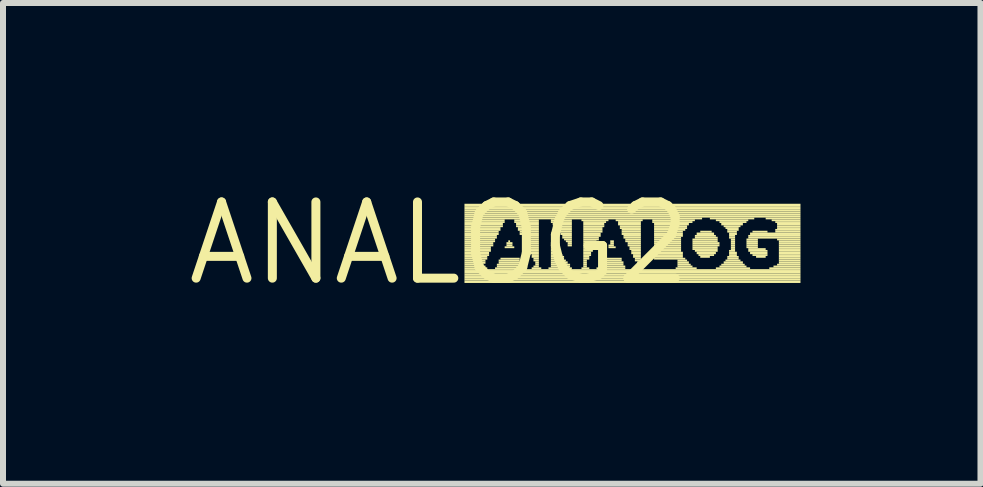
<source format=kicad_pcb>
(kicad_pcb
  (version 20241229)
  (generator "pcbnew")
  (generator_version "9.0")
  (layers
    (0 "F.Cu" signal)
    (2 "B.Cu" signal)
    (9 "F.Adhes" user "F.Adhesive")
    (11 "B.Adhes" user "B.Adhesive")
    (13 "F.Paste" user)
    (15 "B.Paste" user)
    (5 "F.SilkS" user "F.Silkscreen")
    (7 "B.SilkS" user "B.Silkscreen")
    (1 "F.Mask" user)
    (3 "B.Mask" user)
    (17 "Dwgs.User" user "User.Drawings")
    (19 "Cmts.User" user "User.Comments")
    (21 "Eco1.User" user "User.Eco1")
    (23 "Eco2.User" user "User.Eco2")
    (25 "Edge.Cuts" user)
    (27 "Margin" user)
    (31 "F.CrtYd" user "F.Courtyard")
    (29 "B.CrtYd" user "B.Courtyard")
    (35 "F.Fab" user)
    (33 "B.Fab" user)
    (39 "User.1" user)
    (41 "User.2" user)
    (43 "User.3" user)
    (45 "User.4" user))
  (footprint "ANALOG2"
    (layer "F.Cu")
    (at 4.271 1.006)
    (property "Reference" "ANALOG2" (at 0 0 0) (layer "F.SilkS") (effects (font (size 1.27 1.27) (thickness 0.15))))
    (fp_poly (pts (xy 0.42 -0.62) (xy 6.02 -0.62) (xy 6.02 -0.66) (xy 0.42 -0.66)) (stroke (width 0) (type solid)) (fill yes) (layer "F.SilkS"))
    (fp_poly (pts (xy 0.42 -0.59) (xy 6.02 -0.59) (xy 6.02 -0.62) (xy 0.42 -0.62)) (stroke (width 0) (type solid)) (fill yes) (layer "F.SilkS"))
    (fp_poly (pts (xy 0.42 -0.56) (xy 6.02 -0.56) (xy 6.02 -0.59) (xy 0.42 -0.59)) (stroke (width 0) (type solid)) (fill yes) (layer "F.SilkS"))
    (fp_poly (pts (xy 0.42 -0.53) (xy 6.02 -0.53) (xy 6.02 -0.56) (xy 0.42 -0.56)) (stroke (width 0) (type solid)) (fill yes) (layer "F.SilkS"))
    (fp_poly (pts (xy 0.42 -0.5) (xy 6.02 -0.5) (xy 6.02 -0.53) (xy 0.42 -0.53)) (stroke (width 0) (type solid)) (fill yes) (layer "F.SilkS"))
    (fp_poly (pts (xy 0.42 -0.46) (xy 6.02 -0.46) (xy 6.02 -0.5) (xy 0.42 -0.5)) (stroke (width 0) (type solid)) (fill yes) (layer "F.SilkS"))
    (fp_poly (pts (xy 0.42 -0.43) (xy 6.02 -0.43) (xy 6.02 -0.46) (xy 0.42 -0.46)) (stroke (width 0) (type solid)) (fill yes) (layer "F.SilkS"))
    (fp_poly (pts (xy 0.42 -0.4) (xy 4.38 -0.4) (xy 4.38 -0.43) (xy 0.42 -0.43)) (stroke (width 0) (type solid)) (fill yes) (layer "F.SilkS"))
    (fp_poly (pts (xy 0.42 -0.37) (xy 1.09 -0.37) (xy 1.09 -0.4) (xy 0.42 -0.4)) (stroke (width 0) (type solid)) (fill yes) (layer "F.SilkS"))
    (fp_poly (pts (xy 0.42 -0.34) (xy 1.09 -0.34) (xy 1.09 -0.37) (xy 0.42 -0.37)) (stroke (width 0) (type solid)) (fill yes) (layer "F.SilkS"))
    (fp_poly (pts (xy 0.42 -0.3) (xy 1.06 -0.3) (xy 1.06 -0.34) (xy 0.42 -0.34)) (stroke (width 0) (type solid)) (fill yes) (layer "F.SilkS"))
    (fp_poly (pts (xy 0.42 -0.27) (xy 1.06 -0.27) (xy 1.06 -0.3) (xy 0.42 -0.3)) (stroke (width 0) (type solid)) (fill yes) (layer "F.SilkS"))
    (fp_poly (pts (xy 0.42 -0.24) (xy 1.02 -0.24) (xy 1.02 -0.27) (xy 0.42 -0.27)) (stroke (width 0) (type solid)) (fill yes) (layer "F.SilkS"))
    (fp_poly (pts (xy 0.42 -0.21) (xy 1.02 -0.21) (xy 1.02 -0.24) (xy 0.42 -0.24)) (stroke (width 0) (type solid)) (fill yes) (layer "F.SilkS"))
    (fp_poly (pts (xy 0.42 -0.18) (xy 0.99 -0.18) (xy 0.99 -0.21) (xy 0.42 -0.21)) (stroke (width 0) (type solid)) (fill yes) (layer "F.SilkS"))
    (fp_poly (pts (xy 0.42 -0.14) (xy 0.99 -0.14) (xy 0.99 -0.18) (xy 0.42 -0.18)) (stroke (width 0) (type solid)) (fill yes) (layer "F.SilkS"))
    (fp_poly (pts (xy 0.42 -0.11) (xy 0.96 -0.11) (xy 0.96 -0.14) (xy 0.42 -0.14)) (stroke (width 0) (type solid)) (fill yes) (layer "F.SilkS"))
    (fp_poly (pts (xy 0.42 -0.08) (xy 0.96 -0.08) (xy 0.96 -0.11) (xy 0.42 -0.11)) (stroke (width 0) (type solid)) (fill yes) (layer "F.SilkS"))
    (fp_poly (pts (xy 0.42 -0.05) (xy 0.93 -0.05) (xy 0.93 -0.08) (xy 0.42 -0.08)) (stroke (width 0) (type solid)) (fill yes) (layer "F.SilkS"))
    (fp_poly (pts (xy 0.42 -0.02) (xy 0.93 -0.02) (xy 0.93 -0.05) (xy 0.42 -0.05)) (stroke (width 0) (type solid)) (fill yes) (layer "F.SilkS"))
    (fp_poly (pts (xy 0.42 0.02) (xy 0.9 0.02) (xy 0.9 -0.02) (xy 0.42 -0.02)) (stroke (width 0) (type solid)) (fill yes) (layer "F.SilkS"))
    (fp_poly (pts (xy 0.42 0.05) (xy 0.9 0.05) (xy 0.9 0.02) (xy 0.42 0.02)) (stroke (width 0) (type solid)) (fill yes) (layer "F.SilkS"))
    (fp_poly (pts (xy 0.42 0.08) (xy 0.86 0.08) (xy 0.86 0.05) (xy 0.42 0.05)) (stroke (width 0) (type solid)) (fill yes) (layer "F.SilkS"))
    (fp_poly (pts (xy 0.42 0.11) (xy 0.86 0.11) (xy 0.86 0.08) (xy 0.42 0.08)) (stroke (width 0) (type solid)) (fill yes) (layer "F.SilkS"))
    (fp_poly (pts (xy 0.42 0.14) (xy 0.86 0.14) (xy 0.86 0.11) (xy 0.42 0.11)) (stroke (width 0) (type solid)) (fill yes) (layer "F.SilkS"))
    (fp_poly (pts (xy 0.42 0.18) (xy 0.83 0.18) (xy 0.83 0.14) (xy 0.42 0.14)) (stroke (width 0) (type solid)) (fill yes) (layer "F.SilkS"))
    (fp_poly (pts (xy 0.42 0.21) (xy 0.83 0.21) (xy 0.83 0.18) (xy 0.42 0.18)) (stroke (width 0) (type solid)) (fill yes) (layer "F.SilkS"))
    (fp_poly (pts (xy 0.42 0.24) (xy 0.8 0.24) (xy 0.8 0.21) (xy 0.42 0.21)) (stroke (width 0) (type solid)) (fill yes) (layer "F.SilkS"))
    (fp_poly (pts (xy 0.42 0.27) (xy 0.8 0.27) (xy 0.8 0.24) (xy 0.42 0.24)) (stroke (width 0) (type solid)) (fill yes) (layer "F.SilkS"))
    (fp_poly (pts (xy 0.42 0.3) (xy 0.77 0.3) (xy 0.77 0.27) (xy 0.42 0.27)) (stroke (width 0) (type solid)) (fill yes) (layer "F.SilkS"))
    (fp_poly (pts (xy 0.42 0.34) (xy 0.77 0.34) (xy 0.77 0.3) (xy 0.42 0.3)) (stroke (width 0) (type solid)) (fill yes) (layer "F.SilkS"))
    (fp_poly (pts (xy 0.42 0.37) (xy 0.74 0.37) (xy 0.74 0.34) (xy 0.42 0.34)) (stroke (width 0) (type solid)) (fill yes) (layer "F.SilkS"))
    (fp_poly (pts (xy 0.42 0.4) (xy 0.77 0.4) (xy 0.77 0.37) (xy 0.42 0.37)) (stroke (width 0) (type solid)) (fill yes) (layer "F.SilkS"))
    (fp_poly (pts (xy 0.42 0.43) (xy 0.8 0.43) (xy 0.8 0.4) (xy 0.42 0.4)) (stroke (width 0) (type solid)) (fill yes) (layer "F.SilkS"))
    (fp_poly (pts (xy 0.42 0.46) (xy 6.02 0.46) (xy 6.02 0.43) (xy 0.42 0.43)) (stroke (width 0) (type solid)) (fill yes) (layer "F.SilkS"))
    (fp_poly (pts (xy 0.42 0.5) (xy 6.02 0.5) (xy 6.02 0.46) (xy 0.42 0.46)) (stroke (width 0) (type solid)) (fill yes) (layer "F.SilkS"))
    (fp_poly (pts (xy 0.42 0.53) (xy 6.02 0.53) (xy 6.02 0.5) (xy 0.42 0.5)) (stroke (width 0) (type solid)) (fill yes) (layer "F.SilkS"))
    (fp_poly (pts (xy 0.42 0.56) (xy 6.02 0.56) (xy 6.02 0.53) (xy 0.42 0.53)) (stroke (width 0) (type solid)) (fill yes) (layer "F.SilkS"))
    (fp_poly (pts (xy 0.42 0.59) (xy 6.02 0.59) (xy 6.02 0.56) (xy 0.42 0.56)) (stroke (width 0) (type solid)) (fill yes) (layer "F.SilkS"))
    (fp_poly (pts (xy 0.42 0.62) (xy 6.02 0.62) (xy 6.02 0.59) (xy 0.42 0.59)) (stroke (width 0) (type solid)) (fill yes) (layer "F.SilkS"))
    (fp_poly (pts (xy 0.42 0.66) (xy 6.02 0.66) (xy 6.02 0.62) (xy 0.42 0.62)) (stroke (width 0) (type solid)) (fill yes) (layer "F.SilkS"))
    (fp_poly (pts (xy 0.93 0.43) (xy 1.41 0.43) (xy 1.41 0.4) (xy 0.93 0.4)) (stroke (width 0) (type solid)) (fill yes) (layer "F.SilkS"))
    (fp_poly (pts (xy 0.96 0.37) (xy 1.38 0.37) (xy 1.38 0.34) (xy 0.96 0.34)) (stroke (width 0) (type solid)) (fill yes) (layer "F.SilkS"))
    (fp_poly (pts (xy 0.96 0.4) (xy 1.41 0.4) (xy 1.41 0.37) (xy 0.96 0.37)) (stroke (width 0) (type solid)) (fill yes) (layer "F.SilkS"))
    (fp_poly (pts (xy 0.99 0.3) (xy 1.34 0.3) (xy 1.34 0.27) (xy 0.99 0.27)) (stroke (width 0) (type solid)) (fill yes) (layer "F.SilkS"))
    (fp_poly (pts (xy 0.99 0.34) (xy 1.38 0.34) (xy 1.38 0.3) (xy 0.99 0.3)) (stroke (width 0) (type solid)) (fill yes) (layer "F.SilkS"))
    (fp_poly (pts (xy 1.02 0.27) (xy 1.34 0.27) (xy 1.34 0.24) (xy 1.02 0.24)) (stroke (width 0) (type solid)) (fill yes) (layer "F.SilkS"))
    (fp_poly (pts (xy 1.09 0.08) (xy 1.25 0.08) (xy 1.25 0.05) (xy 1.09 0.05)) (stroke (width 0) (type solid)) (fill yes) (layer "F.SilkS"))
    (fp_poly (pts (xy 1.12 0.02) (xy 1.22 0.02) (xy 1.22 -0.02) (xy 1.12 -0.02)) (stroke (width 0) (type solid)) (fill yes) (layer "F.SilkS"))
    (fp_poly (pts (xy 1.12 0.05) (xy 1.22 0.05) (xy 1.22 0.02) (xy 1.12 0.02)) (stroke (width 0) (type solid)) (fill yes) (layer "F.SilkS"))
    (fp_poly (pts (xy 1.15 -0.02) (xy 1.18 -0.02) (xy 1.18 -0.05) (xy 1.15 -0.05)) (stroke (width 0) (type solid)) (fill yes) (layer "F.SilkS"))
    (fp_poly (pts (xy 1.25 -0.37) (xy 1.66 -0.37) (xy 1.66 -0.4) (xy 1.25 -0.4)) (stroke (width 0) (type solid)) (fill yes) (layer "F.SilkS"))
    (fp_poly (pts (xy 1.25 -0.34) (xy 1.66 -0.34) (xy 1.66 -0.37) (xy 1.25 -0.37)) (stroke (width 0) (type solid)) (fill yes) (layer "F.SilkS"))
    (fp_poly (pts (xy 1.28 -0.3) (xy 1.66 -0.3) (xy 1.66 -0.34) (xy 1.28 -0.34)) (stroke (width 0) (type solid)) (fill yes) (layer "F.SilkS"))
    (fp_poly (pts (xy 1.28 -0.27) (xy 1.66 -0.27) (xy 1.66 -0.3) (xy 1.28 -0.3)) (stroke (width 0) (type solid)) (fill yes) (layer "F.SilkS"))
    (fp_poly (pts (xy 1.31 -0.24) (xy 1.66 -0.24) (xy 1.66 -0.27) (xy 1.31 -0.27)) (stroke (width 0) (type solid)) (fill yes) (layer "F.SilkS"))
    (fp_poly (pts (xy 1.31 -0.21) (xy 1.66 -0.21) (xy 1.66 -0.24) (xy 1.31 -0.24)) (stroke (width 0) (type solid)) (fill yes) (layer "F.SilkS"))
    (fp_poly (pts (xy 1.34 -0.18) (xy 1.66 -0.18) (xy 1.66 -0.21) (xy 1.34 -0.21)) (stroke (width 0) (type solid)) (fill yes) (layer "F.SilkS"))
    (fp_poly (pts (xy 1.34 -0.14) (xy 1.66 -0.14) (xy 1.66 -0.18) (xy 1.34 -0.18)) (stroke (width 0) (type solid)) (fill yes) (layer "F.SilkS"))
    (fp_poly (pts (xy 1.38 -0.11) (xy 1.66 -0.11) (xy 1.66 -0.14) (xy 1.38 -0.14)) (stroke (width 0) (type solid)) (fill yes) (layer "F.SilkS"))
    (fp_poly (pts (xy 1.38 -0.08) (xy 1.66 -0.08) (xy 1.66 -0.11) (xy 1.38 -0.11)) (stroke (width 0) (type solid)) (fill yes) (layer "F.SilkS"))
    (fp_poly (pts (xy 1.41 -0.05) (xy 1.66 -0.05) (xy 1.66 -0.08) (xy 1.41 -0.08)) (stroke (width 0) (type solid)) (fill yes) (layer "F.SilkS"))
    (fp_poly (pts (xy 1.41 -0.02) (xy 1.66 -0.02) (xy 1.66 -0.05) (xy 1.41 -0.05)) (stroke (width 0) (type solid)) (fill yes) (layer "F.SilkS"))
    (fp_poly (pts (xy 1.44 0.02) (xy 1.66 0.02) (xy 1.66 -0.02) (xy 1.44 -0.02)) (stroke (width 0) (type solid)) (fill yes) (layer "F.SilkS"))
    (fp_poly (pts (xy 1.44 0.05) (xy 1.66 0.05) (xy 1.66 0.02) (xy 1.44 0.02)) (stroke (width 0) (type solid)) (fill yes) (layer "F.SilkS"))
    (fp_poly (pts (xy 1.47 0.08) (xy 1.66 0.08) (xy 1.66 0.05) (xy 1.47 0.05)) (stroke (width 0) (type solid)) (fill yes) (layer "F.SilkS"))
    (fp_poly (pts (xy 1.47 0.11) (xy 1.66 0.11) (xy 1.66 0.08) (xy 1.47 0.08)) (stroke (width 0) (type solid)) (fill yes) (layer "F.SilkS"))
    (fp_poly (pts (xy 1.5 0.14) (xy 1.66 0.14) (xy 1.66 0.11) (xy 1.5 0.11)) (stroke (width 0) (type solid)) (fill yes) (layer "F.SilkS"))
    (fp_poly (pts (xy 1.5 0.18) (xy 1.66 0.18) (xy 1.66 0.14) (xy 1.5 0.14)) (stroke (width 0) (type solid)) (fill yes) (layer "F.SilkS"))
    (fp_poly (pts (xy 1.54 0.21) (xy 1.66 0.21) (xy 1.66 0.18) (xy 1.54 0.18)) (stroke (width 0) (type solid)) (fill yes) (layer "F.SilkS"))
    (fp_poly (pts (xy 1.54 0.24) (xy 1.66 0.24) (xy 1.66 0.21) (xy 1.54 0.21)) (stroke (width 0) (type solid)) (fill yes) (layer "F.SilkS"))
    (fp_poly (pts (xy 1.54 0.43) (xy 1.7 0.43) (xy 1.7 0.4) (xy 1.54 0.4)) (stroke (width 0) (type solid)) (fill yes) (layer "F.SilkS"))
    (fp_poly (pts (xy 1.57 0.27) (xy 1.66 0.27) (xy 1.66 0.24) (xy 1.57 0.24)) (stroke (width 0) (type solid)) (fill yes) (layer "F.SilkS"))
    (fp_poly (pts (xy 1.57 0.3) (xy 1.66 0.3) (xy 1.66 0.27) (xy 1.57 0.27)) (stroke (width 0) (type solid)) (fill yes) (layer "F.SilkS"))
    (fp_poly (pts (xy 1.57 0.4) (xy 1.66 0.4) (xy 1.66 0.37) (xy 1.57 0.37)) (stroke (width 0) (type solid)) (fill yes) (layer "F.SilkS"))
    (fp_poly (pts (xy 1.6 0.34) (xy 1.66 0.34) (xy 1.66 0.3) (xy 1.6 0.3)) (stroke (width 0) (type solid)) (fill yes) (layer "F.SilkS"))
    (fp_poly (pts (xy 1.6 0.37) (xy 1.66 0.37) (xy 1.66 0.34) (xy 1.6 0.34)) (stroke (width 0) (type solid)) (fill yes) (layer "F.SilkS"))
    (fp_poly (pts (xy 1.82 0.43) (xy 2.21 0.43) (xy 2.21 0.4) (xy 1.82 0.4)) (stroke (width 0) (type solid)) (fill yes) (layer "F.SilkS"))
    (fp_poly (pts (xy 1.86 -0.37) (xy 2.21 -0.37) (xy 2.21 -0.4) (xy 1.86 -0.4)) (stroke (width 0) (type solid)) (fill yes) (layer "F.SilkS"))
    (fp_poly (pts (xy 1.86 -0.34) (xy 2.21 -0.34) (xy 2.21 -0.37) (xy 1.86 -0.37)) (stroke (width 0) (type solid)) (fill yes) (layer "F.SilkS"))
    (fp_poly (pts (xy 1.86 0.02) (xy 1.89 0.02) (xy 1.89 -0.02) (xy 1.86 -0.02)) (stroke (width 0) (type solid)) (fill yes) (layer "F.SilkS"))
    (fp_poly (pts (xy 1.86 0.05) (xy 1.92 0.05) (xy 1.92 0.02) (xy 1.86 0.02)) (stroke (width 0) (type solid)) (fill yes) (layer "F.SilkS"))
    (fp_poly (pts (xy 1.86 0.08) (xy 1.95 0.08) (xy 1.95 0.05) (xy 1.86 0.05)) (stroke (width 0) (type solid)) (fill yes) (layer "F.SilkS"))
    (fp_poly (pts (xy 1.86 0.11) (xy 1.98 0.11) (xy 1.98 0.08) (xy 1.86 0.08)) (stroke (width 0) (type solid)) (fill yes) (layer "F.SilkS"))
    (fp_poly (pts (xy 1.86 0.14) (xy 1.98 0.14) (xy 1.98 0.11) (xy 1.86 0.11)) (stroke (width 0) (type solid)) (fill yes) (layer "F.SilkS"))
    (fp_poly (pts (xy 1.86 0.18) (xy 2.02 0.18) (xy 2.02 0.14) (xy 1.86 0.14)) (stroke (width 0) (type solid)) (fill yes) (layer "F.SilkS"))
    (fp_poly (pts (xy 1.86 0.21) (xy 2.05 0.21) (xy 2.05 0.18) (xy 1.86 0.18)) (stroke (width 0) (type solid)) (fill yes) (layer "F.SilkS"))
    (fp_poly (pts (xy 1.86 0.24) (xy 2.08 0.24) (xy 2.08 0.21) (xy 1.86 0.21)) (stroke (width 0) (type solid)) (fill yes) (layer "F.SilkS"))
    (fp_poly (pts (xy 1.86 0.27) (xy 2.08 0.27) (xy 2.08 0.24) (xy 1.86 0.24)) (stroke (width 0) (type solid)) (fill yes) (layer "F.SilkS"))
    (fp_poly (pts (xy 1.86 0.3) (xy 2.11 0.3) (xy 2.11 0.27) (xy 1.86 0.27)) (stroke (width 0) (type solid)) (fill yes) (layer "F.SilkS"))
    (fp_poly (pts (xy 1.86 0.34) (xy 2.14 0.34) (xy 2.14 0.3) (xy 1.86 0.3)) (stroke (width 0) (type solid)) (fill yes) (layer "F.SilkS"))
    (fp_poly (pts (xy 1.86 0.37) (xy 2.18 0.37) (xy 2.18 0.34) (xy 1.86 0.34)) (stroke (width 0) (type solid)) (fill yes) (layer "F.SilkS"))
    (fp_poly (pts (xy 1.86 0.4) (xy 2.18 0.4) (xy 2.18 0.37) (xy 1.86 0.37)) (stroke (width 0) (type solid)) (fill yes) (layer "F.SilkS"))
    (fp_poly (pts (xy 1.89 -0.3) (xy 2.21 -0.3) (xy 2.21 -0.34) (xy 1.89 -0.34)) (stroke (width 0) (type solid)) (fill yes) (layer "F.SilkS"))
    (fp_poly (pts (xy 1.92 -0.27) (xy 2.21 -0.27) (xy 2.21 -0.3) (xy 1.92 -0.3)) (stroke (width 0) (type solid)) (fill yes) (layer "F.SilkS"))
    (fp_poly (pts (xy 1.95 -0.24) (xy 2.21 -0.24) (xy 2.21 -0.27) (xy 1.95 -0.27)) (stroke (width 0) (type solid)) (fill yes) (layer "F.SilkS"))
    (fp_poly (pts (xy 1.95 -0.21) (xy 2.21 -0.21) (xy 2.21 -0.24) (xy 1.95 -0.24)) (stroke (width 0) (type solid)) (fill yes) (layer "F.SilkS"))
    (fp_poly (pts (xy 1.98 -0.18) (xy 2.21 -0.18) (xy 2.21 -0.21) (xy 1.98 -0.21)) (stroke (width 0) (type solid)) (fill yes) (layer "F.SilkS"))
    (fp_poly (pts (xy 2.02 -0.14) (xy 2.21 -0.14) (xy 2.21 -0.18) (xy 2.02 -0.18)) (stroke (width 0) (type solid)) (fill yes) (layer "F.SilkS"))
    (fp_poly (pts (xy 2.05 -0.11) (xy 2.21 -0.11) (xy 2.21 -0.14) (xy 2.05 -0.14)) (stroke (width 0) (type solid)) (fill yes) (layer "F.SilkS"))
    (fp_poly (pts (xy 2.05 -0.08) (xy 2.21 -0.08) (xy 2.21 -0.11) (xy 2.05 -0.11)) (stroke (width 0) (type solid)) (fill yes) (layer "F.SilkS"))
    (fp_poly (pts (xy 2.08 -0.05) (xy 2.21 -0.05) (xy 2.21 -0.08) (xy 2.08 -0.08)) (stroke (width 0) (type solid)) (fill yes) (layer "F.SilkS"))
    (fp_poly (pts (xy 2.11 -0.02) (xy 2.21 -0.02) (xy 2.21 -0.05) (xy 2.11 -0.05)) (stroke (width 0) (type solid)) (fill yes) (layer "F.SilkS"))
    (fp_poly (pts (xy 2.14 0.02) (xy 2.21 0.02) (xy 2.21 -0.02) (xy 2.14 -0.02)) (stroke (width 0) (type solid)) (fill yes) (layer "F.SilkS"))
    (fp_poly (pts (xy 2.14 0.05) (xy 2.21 0.05) (xy 2.21 0.02) (xy 2.14 0.02)) (stroke (width 0) (type solid)) (fill yes) (layer "F.SilkS"))
    (fp_poly (pts (xy 2.37 -0.37) (xy 2.82 -0.37) (xy 2.82 -0.4) (xy 2.37 -0.4)) (stroke (width 0) (type solid)) (fill yes) (layer "F.SilkS"))
    (fp_poly (pts (xy 2.37 0.43) (xy 2.5 0.43) (xy 2.5 0.4) (xy 2.37 0.4)) (stroke (width 0) (type solid)) (fill yes) (layer "F.SilkS"))
    (fp_poly (pts (xy 2.4 -0.34) (xy 2.78 -0.34) (xy 2.78 -0.37) (xy 2.4 -0.37)) (stroke (width 0) (type solid)) (fill yes) (layer "F.SilkS"))
    (fp_poly (pts (xy 2.4 -0.3) (xy 2.75 -0.3) (xy 2.75 -0.34) (xy 2.4 -0.34)) (stroke (width 0) (type solid)) (fill yes) (layer "F.SilkS"))
    (fp_poly (pts (xy 2.4 -0.27) (xy 2.75 -0.27) (xy 2.75 -0.3) (xy 2.4 -0.3)) (stroke (width 0) (type solid)) (fill yes) (layer "F.SilkS"))
    (fp_poly (pts (xy 2.4 -0.24) (xy 2.72 -0.24) (xy 2.72 -0.27) (xy 2.4 -0.27)) (stroke (width 0) (type solid)) (fill yes) (layer "F.SilkS"))
    (fp_poly (pts (xy 2.4 -0.21) (xy 2.72 -0.21) (xy 2.72 -0.24) (xy 2.4 -0.24)) (stroke (width 0) (type solid)) (fill yes) (layer "F.SilkS"))
    (fp_poly (pts (xy 2.4 -0.18) (xy 2.72 -0.18) (xy 2.72 -0.21) (xy 2.4 -0.21)) (stroke (width 0) (type solid)) (fill yes) (layer "F.SilkS"))
    (fp_poly (pts (xy 2.4 -0.14) (xy 2.69 -0.14) (xy 2.69 -0.18) (xy 2.4 -0.18)) (stroke (width 0) (type solid)) (fill yes) (layer "F.SilkS"))
    (fp_poly (pts (xy 2.4 -0.11) (xy 2.69 -0.11) (xy 2.69 -0.14) (xy 2.4 -0.14)) (stroke (width 0) (type solid)) (fill yes) (layer "F.SilkS"))
    (fp_poly (pts (xy 2.4 -0.08) (xy 2.66 -0.08) (xy 2.66 -0.11) (xy 2.4 -0.11)) (stroke (width 0) (type solid)) (fill yes) (layer "F.SilkS"))
    (fp_poly (pts (xy 2.4 -0.05) (xy 2.66 -0.05) (xy 2.66 -0.08) (xy 2.4 -0.08)) (stroke (width 0) (type solid)) (fill yes) (layer "F.SilkS"))
    (fp_poly (pts (xy 2.4 -0.02) (xy 2.62 -0.02) (xy 2.62 -0.05) (xy 2.4 -0.05)) (stroke (width 0) (type solid)) (fill yes) (layer "F.SilkS"))
    (fp_poly (pts (xy 2.4 0.02) (xy 2.62 0.02) (xy 2.62 -0.02) (xy 2.4 -0.02)) (stroke (width 0) (type solid)) (fill yes) (layer "F.SilkS"))
    (fp_poly (pts (xy 2.4 0.05) (xy 2.59 0.05) (xy 2.59 0.02) (xy 2.4 0.02)) (stroke (width 0) (type solid)) (fill yes) (layer "F.SilkS"))
    (fp_poly (pts (xy 2.4 0.08) (xy 2.59 0.08) (xy 2.59 0.05) (xy 2.4 0.05)) (stroke (width 0) (type solid)) (fill yes) (layer "F.SilkS"))
    (fp_poly (pts (xy 2.4 0.11) (xy 2.56 0.11) (xy 2.56 0.08) (xy 2.4 0.08)) (stroke (width 0) (type solid)) (fill yes) (layer "F.SilkS"))
    (fp_poly (pts (xy 2.4 0.14) (xy 2.56 0.14) (xy 2.56 0.11) (xy 2.4 0.11)) (stroke (width 0) (type solid)) (fill yes) (layer "F.SilkS"))
    (fp_poly (pts (xy 2.4 0.18) (xy 2.53 0.18) (xy 2.53 0.14) (xy 2.4 0.14)) (stroke (width 0) (type solid)) (fill yes) (layer "F.SilkS"))
    (fp_poly (pts (xy 2.4 0.21) (xy 2.53 0.21) (xy 2.53 0.18) (xy 2.4 0.18)) (stroke (width 0) (type solid)) (fill yes) (layer "F.SilkS"))
    (fp_poly (pts (xy 2.4 0.24) (xy 2.5 0.24) (xy 2.5 0.21) (xy 2.4 0.21)) (stroke (width 0) (type solid)) (fill yes) (layer "F.SilkS"))
    (fp_poly (pts (xy 2.4 0.27) (xy 2.5 0.27) (xy 2.5 0.24) (xy 2.4 0.24)) (stroke (width 0) (type solid)) (fill yes) (layer "F.SilkS"))
    (fp_poly (pts (xy 2.4 0.3) (xy 2.46 0.3) (xy 2.46 0.27) (xy 2.4 0.27)) (stroke (width 0) (type solid)) (fill yes) (layer "F.SilkS"))
    (fp_poly (pts (xy 2.4 0.34) (xy 2.46 0.34) (xy 2.46 0.3) (xy 2.4 0.3)) (stroke (width 0) (type solid)) (fill yes) (layer "F.SilkS"))
    (fp_poly (pts (xy 2.4 0.37) (xy 2.46 0.37) (xy 2.46 0.34) (xy 2.4 0.34)) (stroke (width 0) (type solid)) (fill yes) (layer "F.SilkS"))
    (fp_poly (pts (xy 2.4 0.4) (xy 2.46 0.4) (xy 2.46 0.37) (xy 2.4 0.37)) (stroke (width 0) (type solid)) (fill yes) (layer "F.SilkS"))
    (fp_poly (pts (xy 2.62 0.43) (xy 3.1 0.43) (xy 3.1 0.4) (xy 2.62 0.4)) (stroke (width 0) (type solid)) (fill yes) (layer "F.SilkS"))
    (fp_poly (pts (xy 2.66 0.37) (xy 3.07 0.37) (xy 3.07 0.34) (xy 2.66 0.34)) (stroke (width 0) (type solid)) (fill yes) (layer "F.SilkS"))
    (fp_poly (pts (xy 2.66 0.4) (xy 3.1 0.4) (xy 3.1 0.37) (xy 2.66 0.37)) (stroke (width 0) (type solid)) (fill yes) (layer "F.SilkS"))
    (fp_poly (pts (xy 2.69 0.3) (xy 3.04 0.3) (xy 3.04 0.27) (xy 2.69 0.27)) (stroke (width 0) (type solid)) (fill yes) (layer "F.SilkS"))
    (fp_poly (pts (xy 2.69 0.34) (xy 3.07 0.34) (xy 3.07 0.3) (xy 2.69 0.3)) (stroke (width 0) (type solid)) (fill yes) (layer "F.SilkS"))
    (fp_poly (pts (xy 2.72 0.27) (xy 3.04 0.27) (xy 3.04 0.24) (xy 2.72 0.24)) (stroke (width 0) (type solid)) (fill yes) (layer "F.SilkS"))
    (fp_poly (pts (xy 2.82 0.05) (xy 2.91 0.05) (xy 2.91 0.02) (xy 2.82 0.02)) (stroke (width 0) (type solid)) (fill yes) (layer "F.SilkS"))
    (fp_poly (pts (xy 2.82 0.08) (xy 2.94 0.08) (xy 2.94 0.05) (xy 2.82 0.05)) (stroke (width 0) (type solid)) (fill yes) (layer "F.SilkS"))
    (fp_poly (pts (xy 2.85 -0.02) (xy 2.91 -0.02) (xy 2.91 -0.05) (xy 2.85 -0.05)) (stroke (width 0) (type solid)) (fill yes) (layer "F.SilkS"))
    (fp_poly (pts (xy 2.85 0.02) (xy 2.91 0.02) (xy 2.91 -0.02) (xy 2.85 -0.02)) (stroke (width 0) (type solid)) (fill yes) (layer "F.SilkS"))
    (fp_poly (pts (xy 2.94 -0.37) (xy 3.39 -0.37) (xy 3.39 -0.4) (xy 2.94 -0.4)) (stroke (width 0) (type solid)) (fill yes) (layer "F.SilkS"))
    (fp_poly (pts (xy 2.98 -0.34) (xy 3.36 -0.34) (xy 3.36 -0.37) (xy 2.98 -0.37)) (stroke (width 0) (type solid)) (fill yes) (layer "F.SilkS"))
    (fp_poly (pts (xy 2.98 -0.3) (xy 3.36 -0.3) (xy 3.36 -0.34) (xy 2.98 -0.34)) (stroke (width 0) (type solid)) (fill yes) (layer "F.SilkS"))
    (fp_poly (pts (xy 3.01 -0.27) (xy 3.36 -0.27) (xy 3.36 -0.3) (xy 3.01 -0.3)) (stroke (width 0) (type solid)) (fill yes) (layer "F.SilkS"))
    (fp_poly (pts (xy 3.01 -0.24) (xy 3.36 -0.24) (xy 3.36 -0.27) (xy 3.01 -0.27)) (stroke (width 0) (type solid)) (fill yes) (layer "F.SilkS"))
    (fp_poly (pts (xy 3.04 -0.21) (xy 3.36 -0.21) (xy 3.36 -0.24) (xy 3.04 -0.24)) (stroke (width 0) (type solid)) (fill yes) (layer "F.SilkS"))
    (fp_poly (pts (xy 3.04 -0.18) (xy 3.36 -0.18) (xy 3.36 -0.21) (xy 3.04 -0.21)) (stroke (width 0) (type solid)) (fill yes) (layer "F.SilkS"))
    (fp_poly (pts (xy 3.04 -0.14) (xy 3.36 -0.14) (xy 3.36 -0.18) (xy 3.04 -0.18)) (stroke (width 0) (type solid)) (fill yes) (layer "F.SilkS"))
    (fp_poly (pts (xy 3.07 -0.11) (xy 3.36 -0.11) (xy 3.36 -0.14) (xy 3.07 -0.14)) (stroke (width 0) (type solid)) (fill yes) (layer "F.SilkS"))
    (fp_poly (pts (xy 3.07 -0.08) (xy 3.36 -0.08) (xy 3.36 -0.11) (xy 3.07 -0.11)) (stroke (width 0) (type solid)) (fill yes) (layer "F.SilkS"))
    (fp_poly (pts (xy 3.1 -0.05) (xy 3.36 -0.05) (xy 3.36 -0.08) (xy 3.1 -0.08)) (stroke (width 0) (type solid)) (fill yes) (layer "F.SilkS"))
    (fp_poly (pts (xy 3.1 -0.02) (xy 3.36 -0.02) (xy 3.36 -0.05) (xy 3.1 -0.05)) (stroke (width 0) (type solid)) (fill yes) (layer "F.SilkS"))
    (fp_poly (pts (xy 3.14 0.02) (xy 3.36 0.02) (xy 3.36 -0.02) (xy 3.14 -0.02)) (stroke (width 0) (type solid)) (fill yes) (layer "F.SilkS"))
    (fp_poly (pts (xy 3.14 0.05) (xy 3.36 0.05) (xy 3.36 0.02) (xy 3.14 0.02)) (stroke (width 0) (type solid)) (fill yes) (layer "F.SilkS"))
    (fp_poly (pts (xy 3.17 0.08) (xy 3.36 0.08) (xy 3.36 0.05) (xy 3.17 0.05)) (stroke (width 0) (type solid)) (fill yes) (layer "F.SilkS"))
    (fp_poly (pts (xy 3.17 0.11) (xy 3.36 0.11) (xy 3.36 0.08) (xy 3.17 0.08)) (stroke (width 0) (type solid)) (fill yes) (layer "F.SilkS"))
    (fp_poly (pts (xy 3.2 0.14) (xy 3.36 0.14) (xy 3.36 0.11) (xy 3.2 0.11)) (stroke (width 0) (type solid)) (fill yes) (layer "F.SilkS"))
    (fp_poly (pts (xy 3.2 0.18) (xy 3.36 0.18) (xy 3.36 0.14) (xy 3.2 0.14)) (stroke (width 0) (type solid)) (fill yes) (layer "F.SilkS"))
    (fp_poly (pts (xy 3.23 0.21) (xy 3.36 0.21) (xy 3.36 0.18) (xy 3.23 0.18)) (stroke (width 0) (type solid)) (fill yes) (layer "F.SilkS"))
    (fp_poly (pts (xy 3.23 0.24) (xy 3.36 0.24) (xy 3.36 0.21) (xy 3.23 0.21)) (stroke (width 0) (type solid)) (fill yes) (layer "F.SilkS"))
    (fp_poly (pts (xy 3.23 0.43) (xy 3.39 0.43) (xy 3.39 0.4) (xy 3.23 0.4)) (stroke (width 0) (type solid)) (fill yes) (layer "F.SilkS"))
    (fp_poly (pts (xy 3.26 0.27) (xy 3.36 0.27) (xy 3.36 0.24) (xy 3.26 0.24)) (stroke (width 0) (type solid)) (fill yes) (layer "F.SilkS"))
    (fp_poly (pts (xy 3.26 0.3) (xy 3.36 0.3) (xy 3.36 0.27) (xy 3.26 0.27)) (stroke (width 0) (type solid)) (fill yes) (layer "F.SilkS"))
    (fp_poly (pts (xy 3.3 0.34) (xy 3.36 0.34) (xy 3.36 0.3) (xy 3.3 0.3)) (stroke (width 0) (type solid)) (fill yes) (layer "F.SilkS"))
    (fp_poly (pts (xy 3.3 0.37) (xy 3.36 0.37) (xy 3.36 0.34) (xy 3.3 0.34)) (stroke (width 0) (type solid)) (fill yes) (layer "F.SilkS"))
    (fp_poly (pts (xy 3.3 0.4) (xy 3.39 0.4) (xy 3.39 0.37) (xy 3.3 0.37)) (stroke (width 0) (type solid)) (fill yes) (layer "F.SilkS"))
    (fp_poly (pts (xy 3.55 -0.37) (xy 4.26 -0.37) (xy 4.26 -0.4) (xy 3.55 -0.4)) (stroke (width 0) (type solid)) (fill yes) (layer "F.SilkS"))
    (fp_poly (pts (xy 3.55 -0.34) (xy 4.22 -0.34) (xy 4.22 -0.37) (xy 3.55 -0.37)) (stroke (width 0) (type solid)) (fill yes) (layer "F.SilkS"))
    (fp_poly (pts (xy 3.58 -0.3) (xy 4.16 -0.3) (xy 4.16 -0.34) (xy 3.58 -0.34)) (stroke (width 0) (type solid)) (fill yes) (layer "F.SilkS"))
    (fp_poly (pts (xy 3.58 -0.27) (xy 4.13 -0.27) (xy 4.13 -0.3) (xy 3.58 -0.3)) (stroke (width 0) (type solid)) (fill yes) (layer "F.SilkS"))
    (fp_poly (pts (xy 3.58 -0.24) (xy 4.13 -0.24) (xy 4.13 -0.27) (xy 3.58 -0.27)) (stroke (width 0) (type solid)) (fill yes) (layer "F.SilkS"))
    (fp_poly (pts (xy 3.58 -0.21) (xy 4.1 -0.21) (xy 4.1 -0.24) (xy 3.58 -0.24)) (stroke (width 0) (type solid)) (fill yes) (layer "F.SilkS"))
    (fp_poly (pts (xy 3.58 -0.18) (xy 4.06 -0.18) (xy 4.06 -0.21) (xy 3.58 -0.21)) (stroke (width 0) (type solid)) (fill yes) (layer "F.SilkS"))
    (fp_poly (pts (xy 3.58 -0.14) (xy 4.06 -0.14) (xy 4.06 -0.18) (xy 3.58 -0.18)) (stroke (width 0) (type solid)) (fill yes) (layer "F.SilkS"))
    (fp_poly (pts (xy 3.58 -0.11) (xy 4.06 -0.11) (xy 4.06 -0.14) (xy 3.58 -0.14)) (stroke (width 0) (type solid)) (fill yes) (layer "F.SilkS"))
    (fp_poly (pts (xy 3.58 -0.08) (xy 4.03 -0.08) (xy 4.03 -0.11) (xy 3.58 -0.11)) (stroke (width 0) (type solid)) (fill yes) (layer "F.SilkS"))
    (fp_poly (pts (xy 3.58 -0.05) (xy 4.03 -0.05) (xy 4.03 -0.08) (xy 3.58 -0.08)) (stroke (width 0) (type solid)) (fill yes) (layer "F.SilkS"))
    (fp_poly (pts (xy 3.58 -0.02) (xy 4.03 -0.02) (xy 4.03 -0.05) (xy 3.58 -0.05)) (stroke (width 0) (type solid)) (fill yes) (layer "F.SilkS"))
    (fp_poly (pts (xy 3.58 0.02) (xy 4.03 0.02) (xy 4.03 -0.02) (xy 3.58 -0.02)) (stroke (width 0) (type solid)) (fill yes) (layer "F.SilkS"))
    (fp_poly (pts (xy 3.58 0.05) (xy 4.03 0.05) (xy 4.03 0.02) (xy 3.58 0.02)) (stroke (width 0) (type solid)) (fill yes) (layer "F.SilkS"))
    (fp_poly (pts (xy 3.58 0.08) (xy 4.03 0.08) (xy 4.03 0.05) (xy 3.58 0.05)) (stroke (width 0) (type solid)) (fill yes) (layer "F.SilkS"))
    (fp_poly (pts (xy 3.58 0.11) (xy 4.03 0.11) (xy 4.03 0.08) (xy 3.58 0.08)) (stroke (width 0) (type solid)) (fill yes) (layer "F.SilkS"))
    (fp_poly (pts (xy 3.58 0.14) (xy 4.03 0.14) (xy 4.03 0.11) (xy 3.58 0.11)) (stroke (width 0) (type solid)) (fill yes) (layer "F.SilkS"))
    (fp_poly (pts (xy 3.58 0.18) (xy 4.06 0.18) (xy 4.06 0.14) (xy 3.58 0.14)) (stroke (width 0) (type solid)) (fill yes) (layer "F.SilkS"))
    (fp_poly (pts (xy 3.58 0.21) (xy 4.06 0.21) (xy 4.06 0.18) (xy 3.58 0.18)) (stroke (width 0) (type solid)) (fill yes) (layer "F.SilkS"))
    (fp_poly (pts (xy 3.58 0.24) (xy 4.06 0.24) (xy 4.06 0.21) (xy 3.58 0.21)) (stroke (width 0) (type solid)) (fill yes) (layer "F.SilkS"))
    (fp_poly (pts (xy 3.58 0.27) (xy 4.1 0.27) (xy 4.1 0.24) (xy 3.58 0.24)) (stroke (width 0) (type solid)) (fill yes) (layer "F.SilkS"))
    (fp_poly (pts (xy 3.94 0.43) (xy 4.29 0.43) (xy 4.29 0.4) (xy 3.94 0.4)) (stroke (width 0) (type solid)) (fill yes) (layer "F.SilkS"))
    (fp_poly (pts (xy 3.97 0.3) (xy 4.13 0.3) (xy 4.13 0.27) (xy 3.97 0.27)) (stroke (width 0) (type solid)) (fill yes) (layer "F.SilkS"))
    (fp_poly (pts (xy 3.97 0.34) (xy 4.16 0.34) (xy 4.16 0.3) (xy 3.97 0.3)) (stroke (width 0) (type solid)) (fill yes) (layer "F.SilkS"))
    (fp_poly (pts (xy 3.97 0.37) (xy 4.19 0.37) (xy 4.19 0.34) (xy 3.97 0.34)) (stroke (width 0) (type solid)) (fill yes) (layer "F.SilkS"))
    (fp_poly (pts (xy 3.97 0.4) (xy 4.22 0.4) (xy 4.22 0.37) (xy 3.97 0.37)) (stroke (width 0) (type solid)) (fill yes) (layer "F.SilkS"))
    (fp_poly (pts (xy 4.22 -0.05) (xy 4.64 -0.05) (xy 4.64 -0.08) (xy 4.22 -0.08)) (stroke (width 0) (type solid)) (fill yes) (layer "F.SilkS"))
    (fp_poly (pts (xy 4.22 -0.02) (xy 4.64 -0.02) (xy 4.64 -0.05) (xy 4.22 -0.05)) (stroke (width 0) (type solid)) (fill yes) (layer "F.SilkS"))
    (fp_poly (pts (xy 4.22 0.02) (xy 4.67 0.02) (xy 4.67 -0.02) (xy 4.22 -0.02)) (stroke (width 0) (type solid)) (fill yes) (layer "F.SilkS"))
    (fp_poly (pts (xy 4.22 0.05) (xy 4.67 0.05) (xy 4.67 0.02) (xy 4.22 0.02)) (stroke (width 0) (type solid)) (fill yes) (layer "F.SilkS"))
    (fp_poly (pts (xy 4.22 0.08) (xy 4.64 0.08) (xy 4.64 0.05) (xy 4.22 0.05)) (stroke (width 0) (type solid)) (fill yes) (layer "F.SilkS"))
    (fp_poly (pts (xy 4.22 0.11) (xy 4.64 0.11) (xy 4.64 0.08) (xy 4.22 0.08)) (stroke (width 0) (type solid)) (fill yes) (layer "F.SilkS"))
    (fp_poly (pts (xy 4.26 -0.11) (xy 4.61 -0.11) (xy 4.61 -0.14) (xy 4.26 -0.14)) (stroke (width 0) (type solid)) (fill yes) (layer "F.SilkS"))
    (fp_poly (pts (xy 4.26 -0.08) (xy 4.64 -0.08) (xy 4.64 -0.11) (xy 4.26 -0.11)) (stroke (width 0) (type solid)) (fill yes) (layer "F.SilkS"))
    (fp_poly (pts (xy 4.26 0.14) (xy 4.64 0.14) (xy 4.64 0.11) (xy 4.26 0.11)) (stroke (width 0) (type solid)) (fill yes) (layer "F.SilkS"))
    (fp_poly (pts (xy 4.29 -0.14) (xy 4.58 -0.14) (xy 4.58 -0.18) (xy 4.29 -0.18)) (stroke (width 0) (type solid)) (fill yes) (layer "F.SilkS"))
    (fp_poly (pts (xy 4.29 0.18) (xy 4.61 0.18) (xy 4.61 0.14) (xy 4.29 0.14)) (stroke (width 0) (type solid)) (fill yes) (layer "F.SilkS"))
    (fp_poly (pts (xy 4.32 0.21) (xy 4.58 0.21) (xy 4.58 0.18) (xy 4.32 0.18)) (stroke (width 0) (type solid)) (fill yes) (layer "F.SilkS"))
    (fp_poly (pts (xy 4.35 -0.18) (xy 4.54 -0.18) (xy 4.54 -0.21) (xy 4.35 -0.21)) (stroke (width 0) (type solid)) (fill yes) (layer "F.SilkS"))
    (fp_poly (pts (xy 4.35 0.24) (xy 4.51 0.24) (xy 4.51 0.21) (xy 4.35 0.21)) (stroke (width 0) (type solid)) (fill yes) (layer "F.SilkS"))
    (fp_poly (pts (xy 4.51 -0.4) (xy 5.25 -0.4) (xy 5.25 -0.43) (xy 4.51 -0.43)) (stroke (width 0) (type solid)) (fill yes) (layer "F.SilkS"))
    (fp_poly (pts (xy 4.61 -0.37) (xy 5.15 -0.37) (xy 5.15 -0.4) (xy 4.61 -0.4)) (stroke (width 0) (type solid)) (fill yes) (layer "F.SilkS"))
    (fp_poly (pts (xy 4.61 0.43) (xy 5.18 0.43) (xy 5.18 0.4) (xy 4.61 0.4)) (stroke (width 0) (type solid)) (fill yes) (layer "F.SilkS"))
    (fp_poly (pts (xy 4.67 -0.34) (xy 5.12 -0.34) (xy 5.12 -0.37) (xy 4.67 -0.37)) (stroke (width 0) (type solid)) (fill yes) (layer "F.SilkS"))
    (fp_poly (pts (xy 4.67 0.4) (xy 5.12 0.4) (xy 5.12 0.37) (xy 4.67 0.37)) (stroke (width 0) (type solid)) (fill yes) (layer "F.SilkS"))
    (fp_poly (pts (xy 4.7 -0.3) (xy 5.06 -0.3) (xy 5.06 -0.34) (xy 4.7 -0.34)) (stroke (width 0) (type solid)) (fill yes) (layer "F.SilkS"))
    (fp_poly (pts (xy 4.7 0.37) (xy 5.09 0.37) (xy 5.09 0.34) (xy 4.7 0.34)) (stroke (width 0) (type solid)) (fill yes) (layer "F.SilkS"))
    (fp_poly (pts (xy 4.74 -0.27) (xy 5.02 -0.27) (xy 5.02 -0.3) (xy 4.74 -0.3)) (stroke (width 0) (type solid)) (fill yes) (layer "F.SilkS"))
    (fp_poly (pts (xy 4.74 0.34) (xy 5.06 0.34) (xy 5.06 0.3) (xy 4.74 0.3)) (stroke (width 0) (type solid)) (fill yes) (layer "F.SilkS"))
    (fp_poly (pts (xy 4.77 -0.24) (xy 4.99 -0.24) (xy 4.99 -0.27) (xy 4.77 -0.27)) (stroke (width 0) (type solid)) (fill yes) (layer "F.SilkS"))
    (fp_poly (pts (xy 4.77 0.3) (xy 5.02 0.3) (xy 5.02 0.27) (xy 4.77 0.27)) (stroke (width 0) (type solid)) (fill yes) (layer "F.SilkS"))
    (fp_poly (pts (xy 4.8 -0.21) (xy 4.99 -0.21) (xy 4.99 -0.24) (xy 4.8 -0.24)) (stroke (width 0) (type solid)) (fill yes) (layer "F.SilkS"))
    (fp_poly (pts (xy 4.8 -0.18) (xy 4.96 -0.18) (xy 4.96 -0.21) (xy 4.8 -0.21)) (stroke (width 0) (type solid)) (fill yes) (layer "F.SilkS"))
    (fp_poly (pts (xy 4.8 0.24) (xy 4.99 0.24) (xy 4.99 0.21) (xy 4.8 0.21)) (stroke (width 0) (type solid)) (fill yes) (layer "F.SilkS"))
    (fp_poly (pts (xy 4.8 0.27) (xy 4.99 0.27) (xy 4.99 0.24) (xy 4.8 0.24)) (stroke (width 0) (type solid)) (fill yes) (layer "F.SilkS"))
    (fp_poly (pts (xy 4.83 -0.14) (xy 4.96 -0.14) (xy 4.96 -0.18) (xy 4.83 -0.18)) (stroke (width 0) (type solid)) (fill yes) (layer "F.SilkS"))
    (fp_poly (pts (xy 4.83 -0.11) (xy 4.93 -0.11) (xy 4.93 -0.14) (xy 4.83 -0.14)) (stroke (width 0) (type solid)) (fill yes) (layer "F.SilkS"))
    (fp_poly (pts (xy 4.83 -0.08) (xy 4.93 -0.08) (xy 4.93 -0.11) (xy 4.83 -0.11)) (stroke (width 0) (type solid)) (fill yes) (layer "F.SilkS"))
    (fp_poly (pts (xy 4.83 0.14) (xy 4.93 0.14) (xy 4.93 0.11) (xy 4.83 0.11)) (stroke (width 0) (type solid)) (fill yes) (layer "F.SilkS"))
    (fp_poly (pts (xy 4.83 0.18) (xy 4.96 0.18) (xy 4.96 0.14) (xy 4.83 0.14)) (stroke (width 0) (type solid)) (fill yes) (layer "F.SilkS"))
    (fp_poly (pts (xy 4.83 0.21) (xy 4.96 0.21) (xy 4.96 0.18) (xy 4.83 0.18)) (stroke (width 0) (type solid)) (fill yes) (layer "F.SilkS"))
    (fp_poly (pts (xy 4.86 -0.05) (xy 4.93 -0.05) (xy 4.93 -0.08) (xy 4.86 -0.08)) (stroke (width 0) (type solid)) (fill yes) (layer "F.SilkS"))
    (fp_poly (pts (xy 4.86 -0.02) (xy 4.93 -0.02) (xy 4.93 -0.05) (xy 4.86 -0.05)) (stroke (width 0) (type solid)) (fill yes) (layer "F.SilkS"))
    (fp_poly (pts (xy 4.86 0.02) (xy 4.93 0.02) (xy 4.93 -0.02) (xy 4.86 -0.02)) (stroke (width 0) (type solid)) (fill yes) (layer "F.SilkS"))
    (fp_poly (pts (xy 4.86 0.05) (xy 4.93 0.05) (xy 4.93 0.02) (xy 4.86 0.02)) (stroke (width 0) (type solid)) (fill yes) (layer "F.SilkS"))
    (fp_poly (pts (xy 4.86 0.08) (xy 4.93 0.08) (xy 4.93 0.05) (xy 4.86 0.05)) (stroke (width 0) (type solid)) (fill yes) (layer "F.SilkS"))
    (fp_poly (pts (xy 4.86 0.11) (xy 4.93 0.11) (xy 4.93 0.08) (xy 4.86 0.08)) (stroke (width 0) (type solid)) (fill yes) (layer "F.SilkS"))
    (fp_poly (pts (xy 5.12 -0.05) (xy 5.31 -0.05) (xy 5.31 -0.08) (xy 5.12 -0.08)) (stroke (width 0) (type solid)) (fill yes) (layer "F.SilkS"))
    (fp_poly (pts (xy 5.12 -0.02) (xy 5.31 -0.02) (xy 5.31 -0.05) (xy 5.12 -0.05)) (stroke (width 0) (type solid)) (fill yes) (layer "F.SilkS"))
    (fp_poly (pts (xy 5.12 0.02) (xy 5.31 0.02) (xy 5.31 -0.02) (xy 5.12 -0.02)) (stroke (width 0) (type solid)) (fill yes) (layer "F.SilkS"))
    (fp_poly (pts (xy 5.12 0.05) (xy 5.31 0.05) (xy 5.31 0.02) (xy 5.12 0.02)) (stroke (width 0) (type solid)) (fill yes) (layer "F.SilkS"))
    (fp_poly (pts (xy 5.12 0.08) (xy 5.31 0.08) (xy 5.31 0.05) (xy 5.12 0.05)) (stroke (width 0) (type solid)) (fill yes) (layer "F.SilkS"))
    (fp_poly (pts (xy 5.15 -0.11) (xy 6.02 -0.11) (xy 6.02 -0.14) (xy 5.15 -0.14)) (stroke (width 0) (type solid)) (fill yes) (layer "F.SilkS"))
    (fp_poly (pts (xy 5.15 -0.08) (xy 6.02 -0.08) (xy 6.02 -0.11) (xy 5.15 -0.11)) (stroke (width 0) (type solid)) (fill yes) (layer "F.SilkS"))
    (fp_poly (pts (xy 5.15 0.11) (xy 5.44 0.11) (xy 5.44 0.08) (xy 5.15 0.08)) (stroke (width 0) (type solid)) (fill yes) (layer "F.SilkS"))
    (fp_poly (pts (xy 5.15 0.14) (xy 5.47 0.14) (xy 5.47 0.11) (xy 5.15 0.11)) (stroke (width 0) (type solid)) (fill yes) (layer "F.SilkS"))
    (fp_poly (pts (xy 5.18 -0.14) (xy 6.02 -0.14) (xy 6.02 -0.18) (xy 5.18 -0.18)) (stroke (width 0) (type solid)) (fill yes) (layer "F.SilkS"))
    (fp_poly (pts (xy 5.18 0.18) (xy 5.47 0.18) (xy 5.47 0.14) (xy 5.18 0.14)) (stroke (width 0) (type solid)) (fill yes) (layer "F.SilkS"))
    (fp_poly (pts (xy 5.22 -0.18) (xy 5.47 -0.18) (xy 5.47 -0.21) (xy 5.22 -0.21)) (stroke (width 0) (type solid)) (fill yes) (layer "F.SilkS"))
    (fp_poly (pts (xy 5.22 0.21) (xy 5.47 0.21) (xy 5.47 0.18) (xy 5.22 0.18)) (stroke (width 0) (type solid)) (fill yes) (layer "F.SilkS"))
    (fp_poly (pts (xy 5.28 0.24) (xy 5.44 0.24) (xy 5.44 0.21) (xy 5.28 0.21)) (stroke (width 0) (type solid)) (fill yes) (layer "F.SilkS"))
    (fp_poly (pts (xy 5.44 -0.4) (xy 6.02 -0.4) (xy 6.02 -0.43) (xy 5.44 -0.43)) (stroke (width 0) (type solid)) (fill yes) (layer "F.SilkS"))
    (fp_poly (pts (xy 5.5 0.43) (xy 6.02 0.43) (xy 6.02 0.4) (xy 5.5 0.4)) (stroke (width 0) (type solid)) (fill yes) (layer "F.SilkS"))
    (fp_poly (pts (xy 5.54 -0.37) (xy 6.02 -0.37) (xy 6.02 -0.4) (xy 5.54 -0.4)) (stroke (width 0) (type solid)) (fill yes) (layer "F.SilkS"))
    (fp_poly (pts (xy 5.57 0.4) (xy 6.02 0.4) (xy 6.02 0.37) (xy 5.57 0.37)) (stroke (width 0) (type solid)) (fill yes) (layer "F.SilkS"))
    (fp_poly (pts (xy 5.6 -0.34) (xy 6.02 -0.34) (xy 6.02 -0.37) (xy 5.6 -0.37)) (stroke (width 0) (type solid)) (fill yes) (layer "F.SilkS"))
    (fp_poly (pts (xy 5.6 -0.21) (xy 6.02 -0.21) (xy 6.02 -0.24) (xy 5.6 -0.24)) (stroke (width 0) (type solid)) (fill yes) (layer "F.SilkS"))
    (fp_poly (pts (xy 5.6 -0.18) (xy 6.02 -0.18) (xy 6.02 -0.21) (xy 5.6 -0.21)) (stroke (width 0) (type solid)) (fill yes) (layer "F.SilkS"))
    (fp_poly (pts (xy 5.63 -0.3) (xy 6.02 -0.3) (xy 6.02 -0.34) (xy 5.63 -0.34)) (stroke (width 0) (type solid)) (fill yes) (layer "F.SilkS"))
    (fp_poly (pts (xy 5.63 -0.27) (xy 6.02 -0.27) (xy 6.02 -0.3) (xy 5.63 -0.3)) (stroke (width 0) (type solid)) (fill yes) (layer "F.SilkS"))
    (fp_poly (pts (xy 5.63 -0.24) (xy 6.02 -0.24) (xy 6.02 -0.27) (xy 5.63 -0.27)) (stroke (width 0) (type solid)) (fill yes) (layer "F.SilkS"))
    (fp_poly (pts (xy 5.63 -0.05) (xy 6.02 -0.05) (xy 6.02 -0.08) (xy 5.63 -0.08)) (stroke (width 0) (type solid)) (fill yes) (layer "F.SilkS"))
    (fp_poly (pts (xy 5.63 0.37) (xy 6.02 0.37) (xy 6.02 0.34) (xy 5.63 0.34)) (stroke (width 0) (type solid)) (fill yes) (layer "F.SilkS"))
    (fp_poly (pts (xy 5.66 -0.02) (xy 6.02 -0.02) (xy 6.02 -0.05) (xy 5.66 -0.05)) (stroke (width 0) (type solid)) (fill yes) (layer "F.SilkS"))
    (fp_poly (pts (xy 5.66 0.02) (xy 6.02 0.02) (xy 6.02 -0.02) (xy 5.66 -0.02)) (stroke (width 0) (type solid)) (fill yes) (layer "F.SilkS"))
    (fp_poly (pts (xy 5.66 0.05) (xy 6.02 0.05) (xy 6.02 0.02) (xy 5.66 0.02)) (stroke (width 0) (type solid)) (fill yes) (layer "F.SilkS"))
    (fp_poly (pts (xy 5.66 0.08) (xy 6.02 0.08) (xy 6.02 0.05) (xy 5.66 0.05)) (stroke (width 0) (type solid)) (fill yes) (layer "F.SilkS"))
    (fp_poly (pts (xy 5.66 0.11) (xy 6.02 0.11) (xy 6.02 0.08) (xy 5.66 0.08)) (stroke (width 0) (type solid)) (fill yes) (layer "F.SilkS"))
    (fp_poly (pts (xy 5.66 0.14) (xy 6.02 0.14) (xy 6.02 0.11) (xy 5.66 0.11)) (stroke (width 0) (type solid)) (fill yes) (layer "F.SilkS"))
    (fp_poly (pts (xy 5.66 0.18) (xy 6.02 0.18) (xy 6.02 0.14) (xy 5.66 0.14)) (stroke (width 0) (type solid)) (fill yes) (layer "F.SilkS"))
    (fp_poly (pts (xy 5.66 0.21) (xy 6.02 0.21) (xy 6.02 0.18) (xy 5.66 0.18)) (stroke (width 0) (type solid)) (fill yes) (layer "F.SilkS"))
    (fp_poly (pts (xy 5.66 0.24) (xy 6.02 0.24) (xy 6.02 0.21) (xy 5.66 0.21)) (stroke (width 0) (type solid)) (fill yes) (layer "F.SilkS"))
    (fp_poly (pts (xy 5.66 0.27) (xy 6.02 0.27) (xy 6.02 0.24) (xy 5.66 0.24)) (stroke (width 0) (type solid)) (fill yes) (layer "F.SilkS"))
    (fp_poly (pts (xy 5.66 0.3) (xy 6.02 0.3) (xy 6.02 0.27) (xy 5.66 0.27)) (stroke (width 0) (type solid)) (fill yes) (layer "F.SilkS"))
    (fp_poly (pts (xy 5.66 0.34) (xy 6.02 0.34) (xy 6.02 0.3) (xy 5.66 0.3)) (stroke (width 0) (type solid)) (fill yes) (layer "F.SilkS")))
  (gr_rect
    (start -3 -3)
    (end 13.291 5.012)
    (stroke (width 0.1) (type default))
    (fill no)
    (layer "Edge.Cuts")))
</source>
